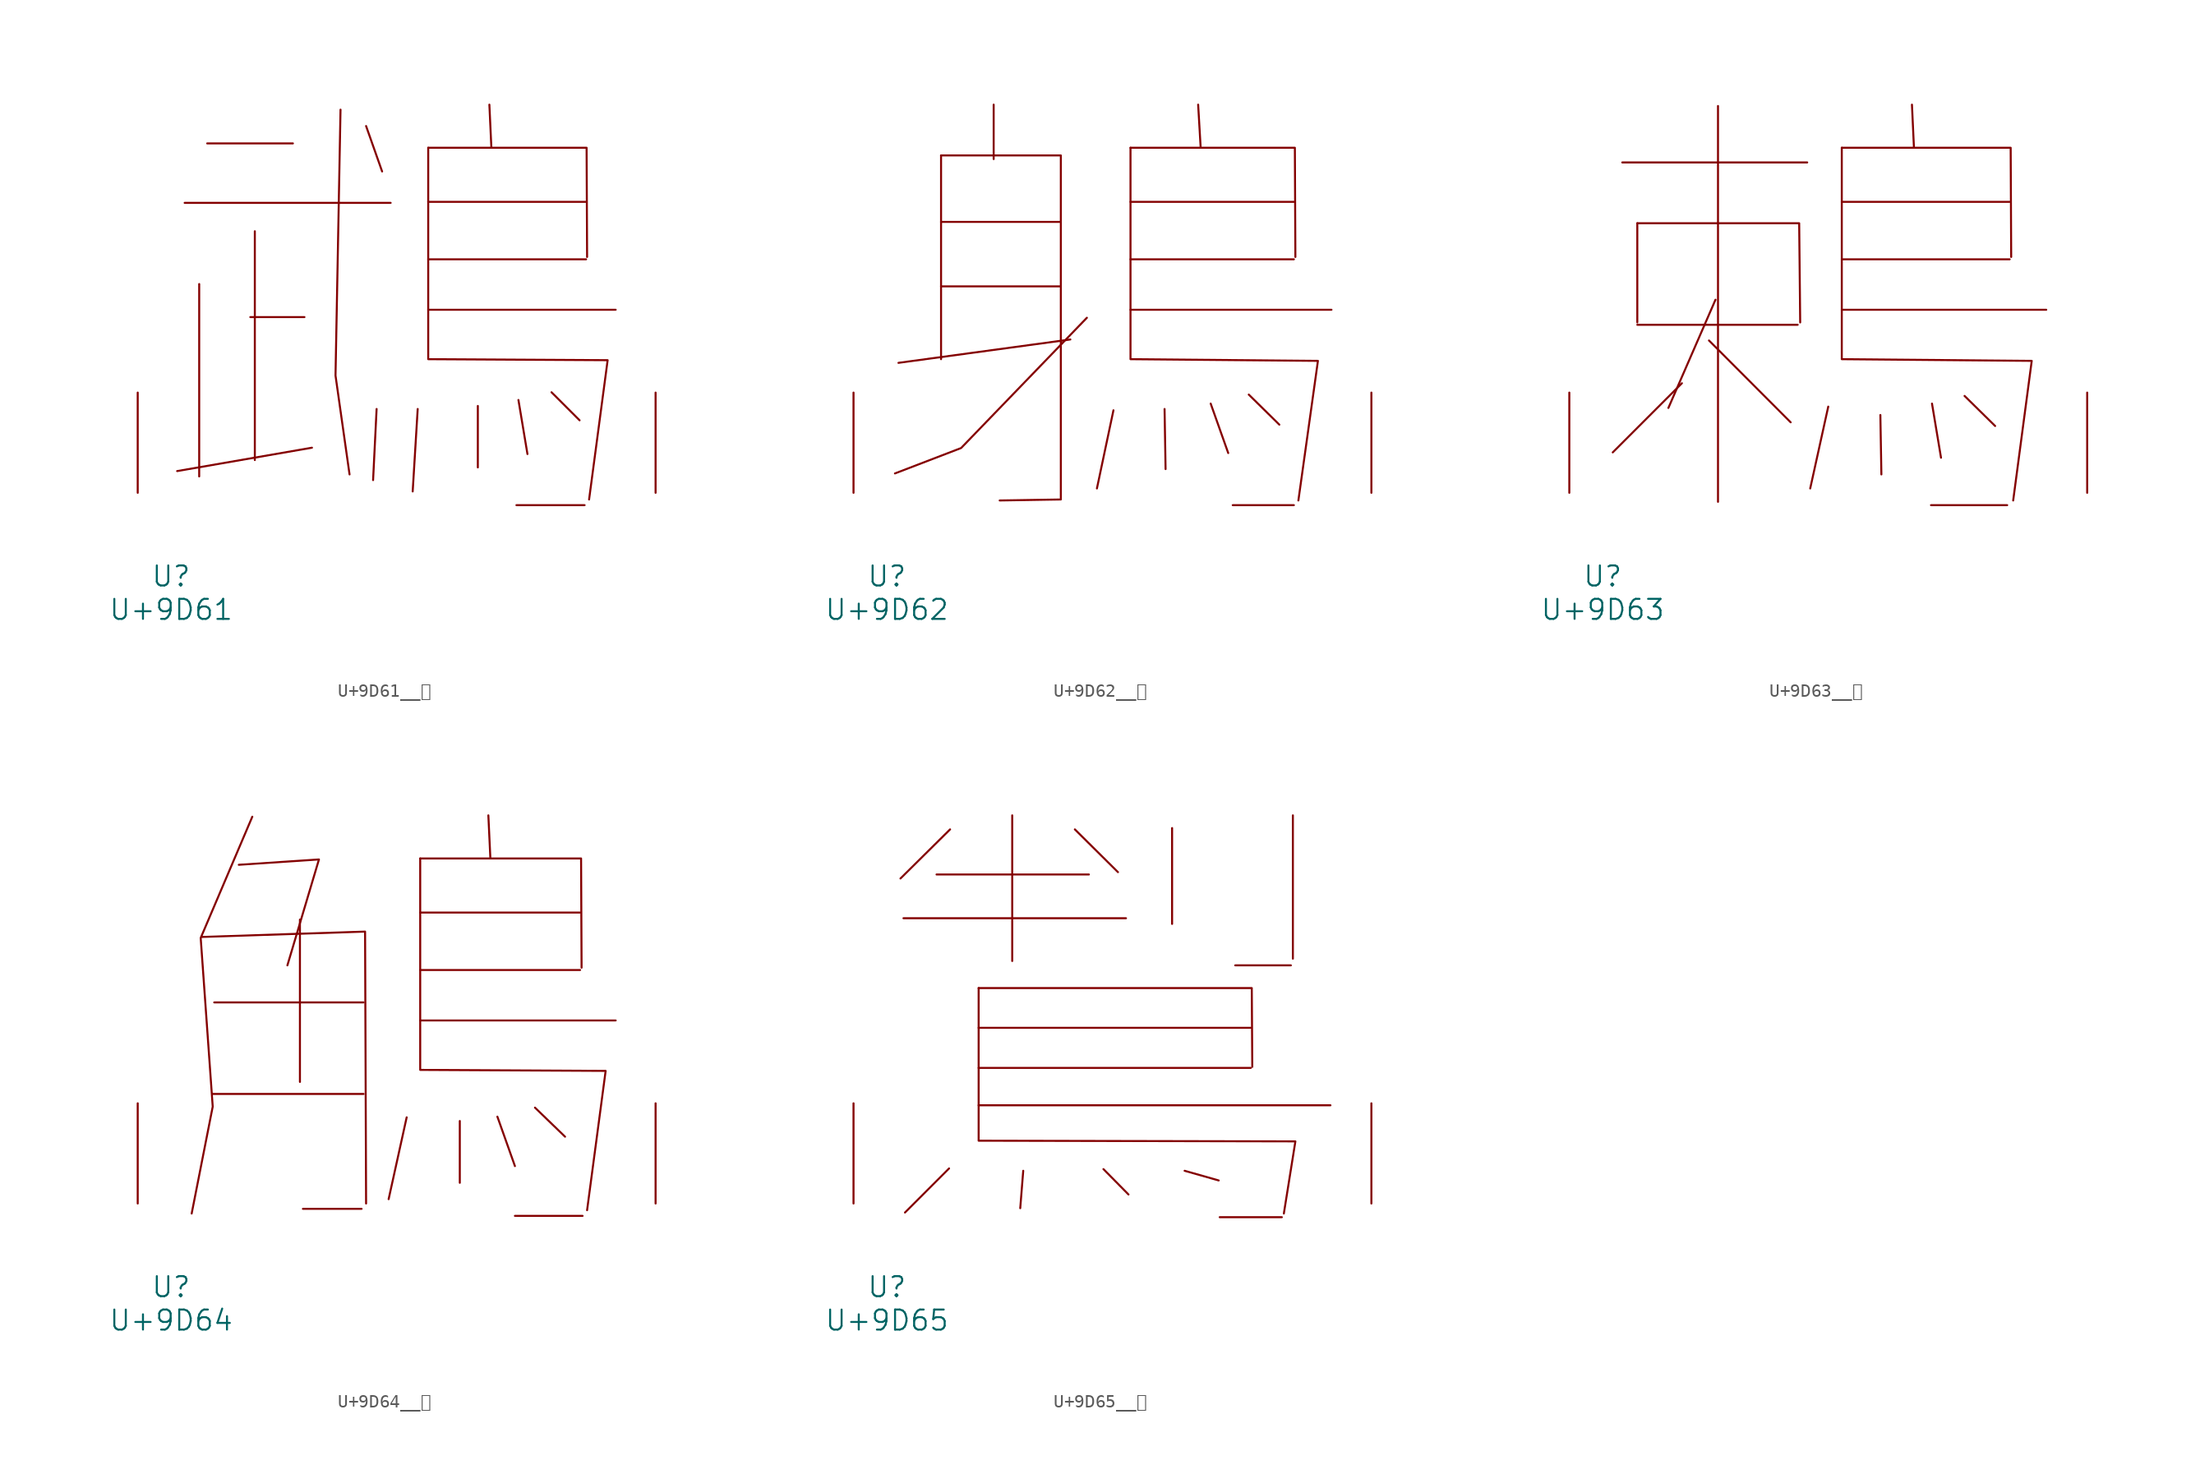
<source format=kicad_sym>
(kicad_symbol_lib
  (version 20231120)
  (generator "kicad_symbol_editor")
  (generator_version "8.0")
  (symbol "U+9D61__鵡"
    (pin_names
      (offset 1.016))
    (property "Reference" "U"
      (at 0 -6.35 0)
      (effects (font (size 1.524 1.524))))
    (property "Value" "U+9D61"
      (at 0 -8.89 0)
      (effects (font (size 1.524 1.524))))
    (symbol "U+9D61__鵡_0_1"
      (polyline (pts (xy 1.029 22.047) (xy 16.688 22.047)) (stroke (width 0) (type solid)) (fill (type none)))
      (polyline (pts (xy 2.134 15.875) (xy 2.134 1.245)) (stroke (width 0) (type solid)) (fill (type none)))
      (polyline (pts (xy 2.743 26.568) (xy 9.258 26.568)) (stroke (width 0) (type solid)) (fill (type none)))
      (polyline (pts (xy 6.363 19.888) (xy 6.363 2.489)) (stroke (width 0) (type solid)) (fill (type none)))
      (polyline (pts (xy 10.135 13.36) (xy 6.02 13.36)) (stroke (width 0) (type solid)) (fill (type none)))
      (polyline (pts (xy 10.706 3.429) (xy 0.457 1.651)) (stroke (width 0) (type solid)) (fill (type none)))
      (polyline (pts (xy 14.821 27.889) (xy 16.04 24.435)) (stroke (width 0) (type solid)) (fill (type none)))
      (polyline (pts (xy 15.621 6.375) (xy 15.354 0.965)) (stroke (width 0) (type solid)) (fill (type none)))
      (polyline (pts (xy 18.745 6.375) (xy 18.364 0.102)) (stroke (width 0) (type solid)) (fill (type none)))
      (polyline (pts (xy 19.545 13.919) (xy 33.795 13.919)) (stroke (width 0) (type solid)) (fill (type none)))
      (polyline (pts (xy 19.545 17.755) (xy 31.547 17.755)) (stroke (width 0) (type solid)) (fill (type none)))
      (polyline (pts (xy 19.545 22.123) (xy 31.547 22.123)) (stroke (width 0) (type solid)) (fill (type none)))
      (polyline (pts (xy 23.317 6.604) (xy 23.317 1.93)) (stroke (width 0) (type solid)) (fill (type none)))
      (polyline (pts (xy 24.194 29.515) (xy 24.346 26.238)) (stroke (width 0) (type solid)) (fill (type none)))
      (polyline (pts (xy 26.251 -0.94) (xy 31.433 -0.94)) (stroke (width 0) (type solid)) (fill (type none)))
      (polyline (pts (xy 26.403 7.061) (xy 27.089 2.946)) (stroke (width 0) (type solid)) (fill (type none)))
      (polyline (pts (xy 28.918 7.645) (xy 31.052 5.512)) (stroke (width 0) (type solid)) (fill (type none)))
      (polyline (pts (xy 12.878 29.134) (xy 12.497 8.915) (xy 13.564 1.397)) (stroke (width 0) (type solid)) (fill (type none)))
      (polyline (pts (xy 19.545 26.238) (xy 31.585 26.238) (xy 31.623 17.932)) (stroke (width 0) (type solid)) (fill (type none)))
      (polyline (pts (xy 19.545 26.238) (xy 19.545 10.16) (xy 33.185 10.084) (xy 31.775 -0.508)) (stroke (width 0) (type solid)) (fill (type none)))
      (pin input line (at -2.54 0 90) (length 7.62) (name "~" (effects (font (size 1.27 1.27)))) (number "~" (effects (font (size 1.27 1.27)))))
      (pin input line (at 36.83 0 90) (length 7.62) (name "~" (effects (font (size 1.27 1.27)))) (number "~" (effects (font (size 1.27 1.27)))))))
  (symbol "U+9D62__鵢"
    (pin_names
      (offset 1.016))
    (property "Reference" "U"
      (at 0 -6.35 0)
      (effects (font (size 1.524 1.524))))
    (property "Value" "U+9D62"
      (at 0 -8.89 0)
      (effects (font (size 1.524 1.524))))
    (symbol "U+9D62__鵢_0_1"
      (polyline (pts (xy 4.115 15.697) (xy 13.221 15.697)) (stroke (width 0) (type solid)) (fill (type none)))
      (polyline (pts (xy 4.115 20.599) (xy 13.221 20.599)) (stroke (width 0) (type solid)) (fill (type none)))
      (polyline (pts (xy 4.115 25.654) (xy 4.115 10.16)) (stroke (width 0) (type solid)) (fill (type none)))
      (polyline (pts (xy 8.115 29.515) (xy 8.115 25.375)) (stroke (width 0) (type solid)) (fill (type none)))
      (polyline (pts (xy 13.945 11.659) (xy 0.876 9.881)) (stroke (width 0) (type solid)) (fill (type none)))
      (polyline (pts (xy 17.221 6.274) (xy 15.964 0.33)) (stroke (width 0) (type solid)) (fill (type none)))
      (polyline (pts (xy 18.517 13.919) (xy 33.795 13.919)) (stroke (width 0) (type solid)) (fill (type none)))
      (polyline (pts (xy 18.517 17.755) (xy 30.937 17.755)) (stroke (width 0) (type solid)) (fill (type none)))
      (polyline (pts (xy 18.517 22.123) (xy 30.937 22.123)) (stroke (width 0) (type solid)) (fill (type none)))
      (polyline (pts (xy 21.107 6.375) (xy 21.184 1.803)) (stroke (width 0) (type solid)) (fill (type none)))
      (polyline (pts (xy 23.66 29.515) (xy 23.851 26.238)) (stroke (width 0) (type solid)) (fill (type none)))
      (polyline (pts (xy 24.613 6.782) (xy 25.946 3.023)) (stroke (width 0) (type solid)) (fill (type none)))
      (polyline (pts (xy 26.289 -0.94) (xy 30.937 -0.94)) (stroke (width 0) (type solid)) (fill (type none)))
      (polyline (pts (xy 27.508 7.468) (xy 29.832 5.182)) (stroke (width 0) (type solid)) (fill (type none)))
      (polyline (pts (xy 15.202 13.31) (xy 5.639 3.404) (xy 0.61 1.473)) (stroke (width 0) (type solid)) (fill (type none)))
      (polyline (pts (xy 18.517 26.238) (xy 31.013 26.238) (xy 31.052 17.932)) (stroke (width 0) (type solid)) (fill (type none)))
      (polyline (pts (xy 4.115 25.654) (xy 13.221 25.654) (xy 13.221 -0.508) (xy 8.572 -0.584)) (stroke (width 0) (type solid)) (fill (type none)))
      (polyline (pts (xy 18.517 26.238) (xy 18.517 10.16) (xy 32.766 10.033) (xy 31.28 -0.584)) (stroke (width 0) (type solid)) (fill (type none)))
      (pin input line (at -2.54 0 90) (length 7.62) (name "~" (effects (font (size 1.27 1.27)))) (number "~" (effects (font (size 1.27 1.27)))))
      (pin input line (at 36.83 0 90) (length 7.62) (name "~" (effects (font (size 1.27 1.27)))) (number "~" (effects (font (size 1.27 1.27)))))))
  (symbol "U+9D63__鵣"
    (pin_names
      (offset 1.016))
    (property "Reference" "U"
      (at 0 -6.35 0)
      (effects (font (size 1.524 1.524))))
    (property "Value" "U+9D63"
      (at 0 -8.89 0)
      (effects (font (size 1.524 1.524))))
    (symbol "U+9D63__鵣_0_1"
      (polyline (pts (xy 1.486 25.121) (xy 15.545 25.121)) (stroke (width 0) (type solid)) (fill (type none)))
      (polyline (pts (xy 2.629 12.776) (xy 14.821 12.776)) (stroke (width 0) (type solid)) (fill (type none)))
      (polyline (pts (xy 2.629 20.498) (xy 2.629 12.954)) (stroke (width 0) (type solid)) (fill (type none)))
      (polyline (pts (xy 6.02 8.331) (xy 0.762 3.073)) (stroke (width 0) (type solid)) (fill (type none)))
      (polyline (pts (xy 8.077 11.582) (xy 14.287 5.359)) (stroke (width 0) (type solid)) (fill (type none)))
      (polyline (pts (xy 8.572 14.681) (xy 4.991 6.452)) (stroke (width 0) (type solid)) (fill (type none)))
      (polyline (pts (xy 8.763 29.413) (xy 8.763 -0.686)) (stroke (width 0) (type solid)) (fill (type none)))
      (polyline (pts (xy 17.145 6.553) (xy 15.773 0.33)) (stroke (width 0) (type solid)) (fill (type none)))
      (polyline (pts (xy 18.174 13.919) (xy 33.718 13.919)) (stroke (width 0) (type solid)) (fill (type none)))
      (polyline (pts (xy 18.174 17.755) (xy 30.937 17.755)) (stroke (width 0) (type solid)) (fill (type none)))
      (polyline (pts (xy 18.174 22.123) (xy 30.937 22.123)) (stroke (width 0) (type solid)) (fill (type none)))
      (polyline (pts (xy 21.107 5.918) (xy 21.184 1.397)) (stroke (width 0) (type solid)) (fill (type none)))
      (polyline (pts (xy 23.508 29.515) (xy 23.66 26.238)) (stroke (width 0) (type solid)) (fill (type none)))
      (polyline (pts (xy 24.956 -0.94) (xy 30.747 -0.94)) (stroke (width 0) (type solid)) (fill (type none)))
      (polyline (pts (xy 25.032 6.782) (xy 25.718 2.667)) (stroke (width 0) (type solid)) (fill (type none)))
      (polyline (pts (xy 27.508 7.366) (xy 29.832 5.08)) (stroke (width 0) (type solid)) (fill (type none)))
      (polyline (pts (xy 2.629 20.498) (xy 14.935 20.498) (xy 15.011 12.954)) (stroke (width 0) (type solid)) (fill (type none)))
      (polyline (pts (xy 18.174 26.238) (xy 31.013 26.238) (xy 31.052 17.932)) (stroke (width 0) (type solid)) (fill (type none)))
      (polyline (pts (xy 18.174 26.238) (xy 18.174 10.16) (xy 32.614 10.033) (xy 31.204 -0.584)) (stroke (width 0) (type solid)) (fill (type none)))
      (pin input line (at -2.54 0 90) (length 7.62) (name "~" (effects (font (size 1.27 1.27)))) (number "~" (effects (font (size 1.27 1.27)))))
      (pin input line (at 36.83 0 90) (length 7.62) (name "~" (effects (font (size 1.27 1.27)))) (number "~" (effects (font (size 1.27 1.27)))))))
  (symbol "U+9D64__鵤"
    (pin_names
      (offset 1.016))
    (property "Reference" "U"
      (at 0 -6.35 0)
      (effects (font (size 1.524 1.524))))
    (property "Value" "U+9D64"
      (at 0 -8.89 0)
      (effects (font (size 1.524 1.524))))
    (symbol "U+9D64__鵤_0_1"
      (polyline (pts (xy 3.162 8.331) (xy 14.63 8.331)) (stroke (width 0) (type solid)) (fill (type none)))
      (polyline (pts (xy 3.277 15.291) (xy 14.63 15.291)) (stroke (width 0) (type solid)) (fill (type none)))
      (polyline (pts (xy 9.792 21.59) (xy 9.792 9.246)) (stroke (width 0) (type solid)) (fill (type none)))
      (polyline (pts (xy 10.02 -0.406) (xy 14.478 -0.406)) (stroke (width 0) (type solid)) (fill (type none)))
      (polyline (pts (xy 17.907 6.553) (xy 16.535 0.33)) (stroke (width 0) (type solid)) (fill (type none)))
      (polyline (pts (xy 18.936 13.919) (xy 33.795 13.919)) (stroke (width 0) (type solid)) (fill (type none)))
      (polyline (pts (xy 18.936 17.755) (xy 31.09 17.755)) (stroke (width 0) (type solid)) (fill (type none)))
      (polyline (pts (xy 18.936 22.123) (xy 31.09 22.123)) (stroke (width 0) (type solid)) (fill (type none)))
      (polyline (pts (xy 21.946 6.274) (xy 21.946 1.575)) (stroke (width 0) (type solid)) (fill (type none)))
      (polyline (pts (xy 24.117 29.515) (xy 24.27 26.238)) (stroke (width 0) (type solid)) (fill (type none)))
      (polyline (pts (xy 24.803 6.604) (xy 26.137 2.845)) (stroke (width 0) (type solid)) (fill (type none)))
      (polyline (pts (xy 26.137 -0.94) (xy 31.28 -0.94)) (stroke (width 0) (type solid)) (fill (type none)))
      (polyline (pts (xy 27.661 7.29) (xy 29.947 5.08)) (stroke (width 0) (type solid)) (fill (type none)))
      (polyline (pts (xy 2.324 20.269) (xy 14.745 20.676) (xy 14.821 0)) (stroke (width 0) (type solid)) (fill (type none)))
      (polyline (pts (xy 5.144 25.756) (xy 11.239 26.162) (xy 8.839 18.11)) (stroke (width 0) (type solid)) (fill (type none)))
      (polyline (pts (xy 18.936 26.238) (xy 31.166 26.238) (xy 31.204 17.932)) (stroke (width 0) (type solid)) (fill (type none)))
      (polyline (pts (xy 6.172 29.413) (xy 2.248 20.193) (xy 3.162 7.366) (xy 1.562 -0.762)) (stroke (width 0) (type solid)) (fill (type none)))
      (polyline (pts (xy 18.936 26.238) (xy 18.936 10.16) (xy 33.033 10.084) (xy 31.623 -0.508)) (stroke (width 0) (type solid)) (fill (type none)))
      (pin input line (at -2.54 0 90) (length 7.62) (name "~" (effects (font (size 1.27 1.27)))) (number "~" (effects (font (size 1.27 1.27)))))
      (pin input line (at 36.83 0 90) (length 7.62) (name "~" (effects (font (size 1.27 1.27)))) (number "~" (effects (font (size 1.27 1.27)))))))
  (symbol "U+9D65__鵥"
    (pin_names
      (offset 1.016))
    (property "Reference" "U"
      (at 0 -6.35 0)
      (effects (font (size 1.524 1.524))))
    (property "Value" "U+9D65"
      (at 0 -8.89 0)
      (effects (font (size 1.524 1.524))))
    (symbol "U+9D65__鵥_0_1"
      (polyline (pts (xy 1.257 21.692) (xy 18.174 21.692)) (stroke (width 0) (type solid)) (fill (type none)))
      (polyline (pts (xy 3.772 25.019) (xy 15.354 25.019)) (stroke (width 0) (type solid)) (fill (type none)))
      (polyline (pts (xy 4.724 2.667) (xy 1.372 -0.686)) (stroke (width 0) (type solid)) (fill (type none)))
      (polyline (pts (xy 4.801 28.448) (xy 1.029 24.714)) (stroke (width 0) (type solid)) (fill (type none)))
      (polyline (pts (xy 6.972 7.468) (xy 33.718 7.468)) (stroke (width 0) (type solid)) (fill (type none)))
      (polyline (pts (xy 6.972 10.312) (xy 27.661 10.312)) (stroke (width 0) (type solid)) (fill (type none)))
      (polyline (pts (xy 6.972 13.36) (xy 27.661 13.36)) (stroke (width 0) (type solid)) (fill (type none)))
      (polyline (pts (xy 9.525 29.515) (xy 9.525 18.44)) (stroke (width 0) (type solid)) (fill (type none)))
      (polyline (pts (xy 10.363 2.489) (xy 10.135 -0.356)) (stroke (width 0) (type solid)) (fill (type none)))
      (polyline (pts (xy 14.287 28.448) (xy 17.564 25.197)) (stroke (width 0) (type solid)) (fill (type none)))
      (polyline (pts (xy 16.459 2.616) (xy 18.364 0.686)) (stroke (width 0) (type solid)) (fill (type none)))
      (polyline (pts (xy 21.679 28.55) (xy 21.679 21.26)) (stroke (width 0) (type solid)) (fill (type none)))
      (polyline (pts (xy 22.631 2.489) (xy 25.222 1.753)) (stroke (width 0) (type solid)) (fill (type none)))
      (polyline (pts (xy 25.298 -1.041) (xy 30.023 -1.041)) (stroke (width 0) (type solid)) (fill (type none)))
      (polyline (pts (xy 26.48 18.11) (xy 30.709 18.11)) (stroke (width 0) (type solid)) (fill (type none)))
      (polyline (pts (xy 30.861 29.515) (xy 30.861 18.618)) (stroke (width 0) (type solid)) (fill (type none)))
      (polyline (pts (xy 6.972 16.383) (xy 27.737 16.383) (xy 27.775 10.389)) (stroke (width 0) (type solid)) (fill (type none)))
      (polyline (pts (xy 6.972 16.383) (xy 6.972 4.775) (xy 31.052 4.724) (xy 30.175 -0.762)) (stroke (width 0) (type solid)) (fill (type none)))
      (pin input line (at -2.54 0 90) (length 7.62) (name "~" (effects (font (size 1.27 1.27)))) (number "~" (effects (font (size 1.27 1.27)))))
      (pin input line (at 36.83 0 90) (length 7.62) (name "~" (effects (font (size 1.27 1.27)))) (number "~" (effects (font (size 1.27 1.27))))))))
</source>
